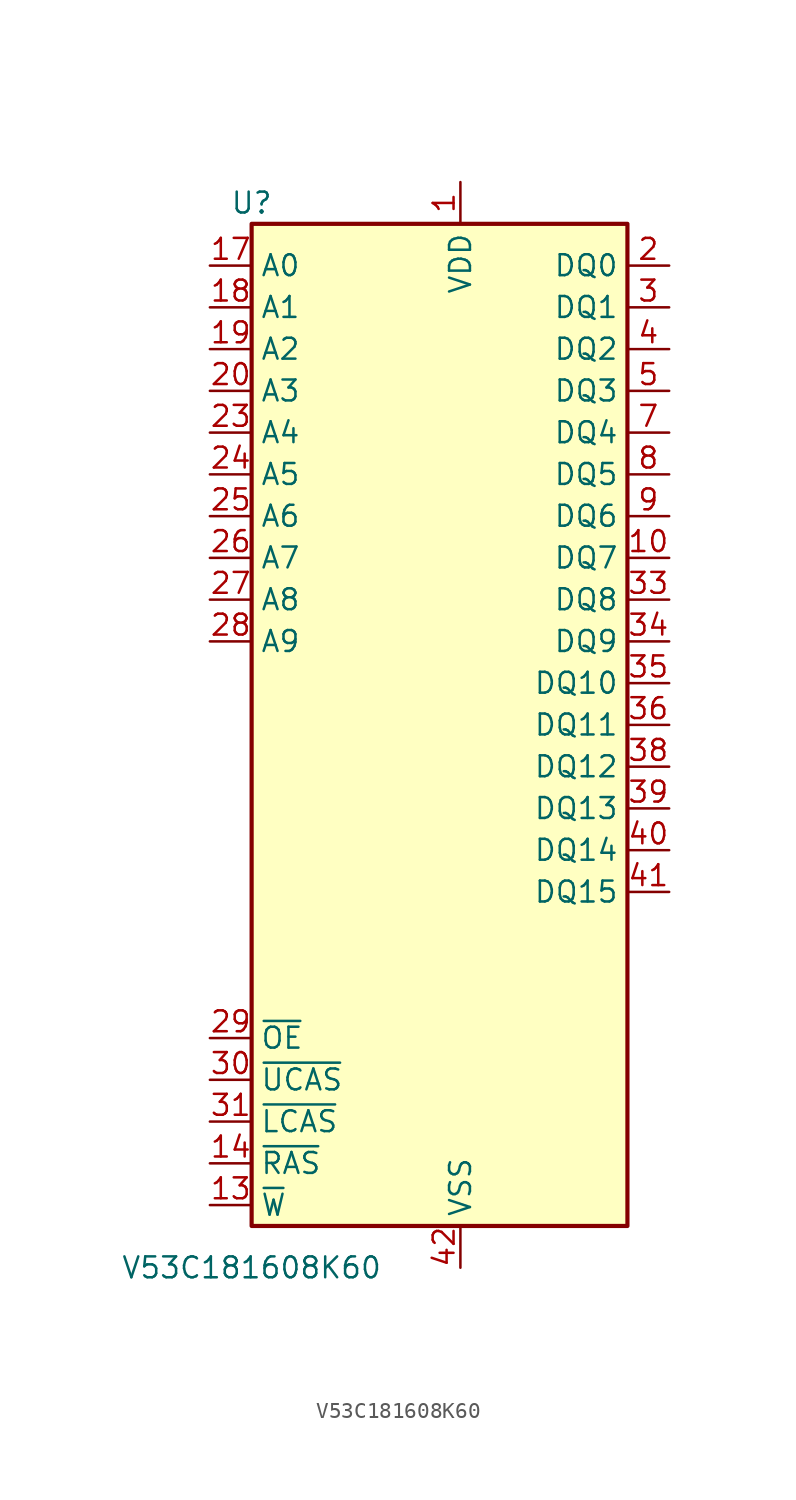
<source format=kicad_sym>
(kicad_symbol_lib
  (version 20231120)
  (generator "kicad_symbol_editor")
  (generator_version "8.0")
  (symbol "V53C181608K60"
    (property "Reference" "U"
      (at -10.16 31.75 0)
      (effects (font (size 1.27 1.27))))
    (property "Value" "V53C181608K60"
      (at -10.16 -33.02 0)
      (effects (font (size 1.27 1.27))))
    (symbol "V53C181608K60_1_1"
      (rectangle (start -10.16 30.48) (end 12.7 -30.48) (stroke (width 0.254) (type default)) (fill (type background)))
      (pin power_in line (at 2.54 33.02 270) (length 2.54) (name "VDD" (effects (font (size 1.27 1.27)))) (number "1" (effects (font (size 1.27 1.27)))))
      (pin bidirectional line (at 15.24 10.16 180) (length 2.54) (name "DQ7" (effects (font (size 1.27 1.27)))) (number "10" (effects (font (size 1.27 1.27)))))
      (pin no_connect line (at 12.7 -15.24 180) (length 2.54) hide (name "NC" (effects (font (size 1.27 1.27)))) (number "11" (effects (font (size 1.27 1.27)))))
      (pin no_connect line (at 12.7 -17.78 180) (length 2.54) hide (name "NC" (effects (font (size 1.27 1.27)))) (number "12" (effects (font (size 1.27 1.27)))))
      (pin input line (at -12.7 -29.21 0) (length 2.54) (name "~{W}" (effects (font (size 1.27 1.27)))) (number "13" (effects (font (size 1.27 1.27)))))
      (pin input line (at -12.7 -26.67 0) (length 2.54) (name "~{RAS}" (effects (font (size 1.27 1.27)))) (number "14" (effects (font (size 1.27 1.27)))))
      (pin no_connect line (at 12.7 -22.86 180) (length 2.54) hide (name "NC" (effects (font (size 1.27 1.27)))) (number "15" (effects (font (size 1.27 1.27)))))
      (pin no_connect line (at 12.7 -25.4 180) (length 2.54) hide (name "NC" (effects (font (size 1.27 1.27)))) (number "16" (effects (font (size 1.27 1.27)))))
      (pin input line (at -12.7 27.94 0) (length 2.54) (name "A0" (effects (font (size 1.27 1.27)))) (number "17" (effects (font (size 1.27 1.27)))))
      (pin input line (at -12.7 25.4 0) (length 2.54) (name "A1" (effects (font (size 1.27 1.27)))) (number "18" (effects (font (size 1.27 1.27)))))
      (pin input line (at -12.7 22.86 0) (length 2.54) (name "A2" (effects (font (size 1.27 1.27)))) (number "19" (effects (font (size 1.27 1.27)))))
      (pin bidirectional line (at 15.24 27.94 180) (length 2.54) (name "DQ0" (effects (font (size 1.27 1.27)))) (number "2" (effects (font (size 1.27 1.27)))))
      (pin input line (at -12.7 20.32 0) (length 2.54) (name "A3" (effects (font (size 1.27 1.27)))) (number "20" (effects (font (size 1.27 1.27)))))
      (pin passive line (at 2.54 33.02 270) (length 2.54) hide (name "VDD" (effects (font (size 1.27 1.27)))) (number "21" (effects (font (size 1.27 1.27)))))
      (pin passive line (at 2.54 -33.02 90) (length 2.54) hide (name "VSS" (effects (font (size 1.27 1.27)))) (number "22" (effects (font (size 1.27 1.27)))))
      (pin input line (at -12.7 17.78 0) (length 2.54) (name "A4" (effects (font (size 1.27 1.27)))) (number "23" (effects (font (size 1.27 1.27)))))
      (pin input line (at -12.7 15.24 0) (length 2.54) (name "A5" (effects (font (size 1.27 1.27)))) (number "24" (effects (font (size 1.27 1.27)))))
      (pin input line (at -12.7 12.7 0) (length 2.54) (name "A6" (effects (font (size 1.27 1.27)))) (number "25" (effects (font (size 1.27 1.27)))))
      (pin input line (at -12.7 10.16 0) (length 2.54) (name "A7" (effects (font (size 1.27 1.27)))) (number "26" (effects (font (size 1.27 1.27)))))
      (pin input line (at -12.7 7.62 0) (length 2.54) (name "A8" (effects (font (size 1.27 1.27)))) (number "27" (effects (font (size 1.27 1.27)))))
      (pin input line (at -12.7 5.08 0) (length 2.54) (name "A9" (effects (font (size 1.27 1.27)))) (number "28" (effects (font (size 1.27 1.27)))))
      (pin input line (at -12.7 -19.05 0) (length 2.54) (name "~{OE}" (effects (font (size 1.27 1.27)))) (number "29" (effects (font (size 1.27 1.27)))))
      (pin bidirectional line (at 15.24 25.4 180) (length 2.54) (name "DQ1" (effects (font (size 1.27 1.27)))) (number "3" (effects (font (size 1.27 1.27)))))
      (pin input line (at -12.7 -21.59 0) (length 2.54) (name "~{UCAS}" (effects (font (size 1.27 1.27)))) (number "30" (effects (font (size 1.27 1.27)))))
      (pin input line (at -12.7 -24.13 0) (length 2.54) (name "~{LCAS}" (effects (font (size 1.27 1.27)))) (number "31" (effects (font (size 1.27 1.27)))))
      (pin no_connect line (at 12.7 -20.32 180) (length 2.54) hide (name "NC" (effects (font (size 1.27 1.27)))) (number "32" (effects (font (size 1.27 1.27)))))
      (pin bidirectional line (at 15.24 7.62 180) (length 2.54) (name "DQ8" (effects (font (size 1.27 1.27)))) (number "33" (effects (font (size 1.27 1.27)))))
      (pin bidirectional line (at 15.24 5.08 180) (length 2.54) (name "DQ9" (effects (font (size 1.27 1.27)))) (number "34" (effects (font (size 1.27 1.27)))))
      (pin bidirectional line (at 15.24 2.54 180) (length 2.54) (name "DQ10" (effects (font (size 1.27 1.27)))) (number "35" (effects (font (size 1.27 1.27)))))
      (pin bidirectional line (at 15.24 0 180) (length 2.54) (name "DQ11" (effects (font (size 1.27 1.27)))) (number "36" (effects (font (size 1.27 1.27)))))
      (pin passive line (at 2.54 -33.02 90) (length 2.54) hide (name "VSS" (effects (font (size 1.27 1.27)))) (number "37" (effects (font (size 1.27 1.27)))))
      (pin bidirectional line (at 15.24 -2.54 180) (length 2.54) (name "DQ12" (effects (font (size 1.27 1.27)))) (number "38" (effects (font (size 1.27 1.27)))))
      (pin bidirectional line (at 15.24 -5.08 180) (length 2.54) (name "DQ13" (effects (font (size 1.27 1.27)))) (number "39" (effects (font (size 1.27 1.27)))))
      (pin bidirectional line (at 15.24 22.86 180) (length 2.54) (name "DQ2" (effects (font (size 1.27 1.27)))) (number "4" (effects (font (size 1.27 1.27)))))
      (pin bidirectional line (at 15.24 -7.62 180) (length 2.54) (name "DQ14" (effects (font (size 1.27 1.27)))) (number "40" (effects (font (size 1.27 1.27)))))
      (pin bidirectional line (at 15.24 -10.16 180) (length 2.54) (name "DQ15" (effects (font (size 1.27 1.27)))) (number "41" (effects (font (size 1.27 1.27)))))
      (pin power_in line (at 2.54 -33.02 90) (length 2.54) (name "VSS" (effects (font (size 1.27 1.27)))) (number "42" (effects (font (size 1.27 1.27)))))
      (pin bidirectional line (at 15.24 20.32 180) (length 2.54) (name "DQ3" (effects (font (size 1.27 1.27)))) (number "5" (effects (font (size 1.27 1.27)))))
      (pin passive line (at 2.54 33.02 270) (length 2.54) hide (name "VDD" (effects (font (size 1.27 1.27)))) (number "6" (effects (font (size 1.27 1.27)))))
      (pin bidirectional line (at 15.24 17.78 180) (length 2.54) (name "DQ4" (effects (font (size 1.27 1.27)))) (number "7" (effects (font (size 1.27 1.27)))))
      (pin bidirectional line (at 15.24 15.24 180) (length 2.54) (name "DQ5" (effects (font (size 1.27 1.27)))) (number "8" (effects (font (size 1.27 1.27)))))
      (pin bidirectional line (at 15.24 12.7 180) (length 2.54) (name "DQ6" (effects (font (size 1.27 1.27)))) (number "9" (effects (font (size 1.27 1.27))))))))
</source>
